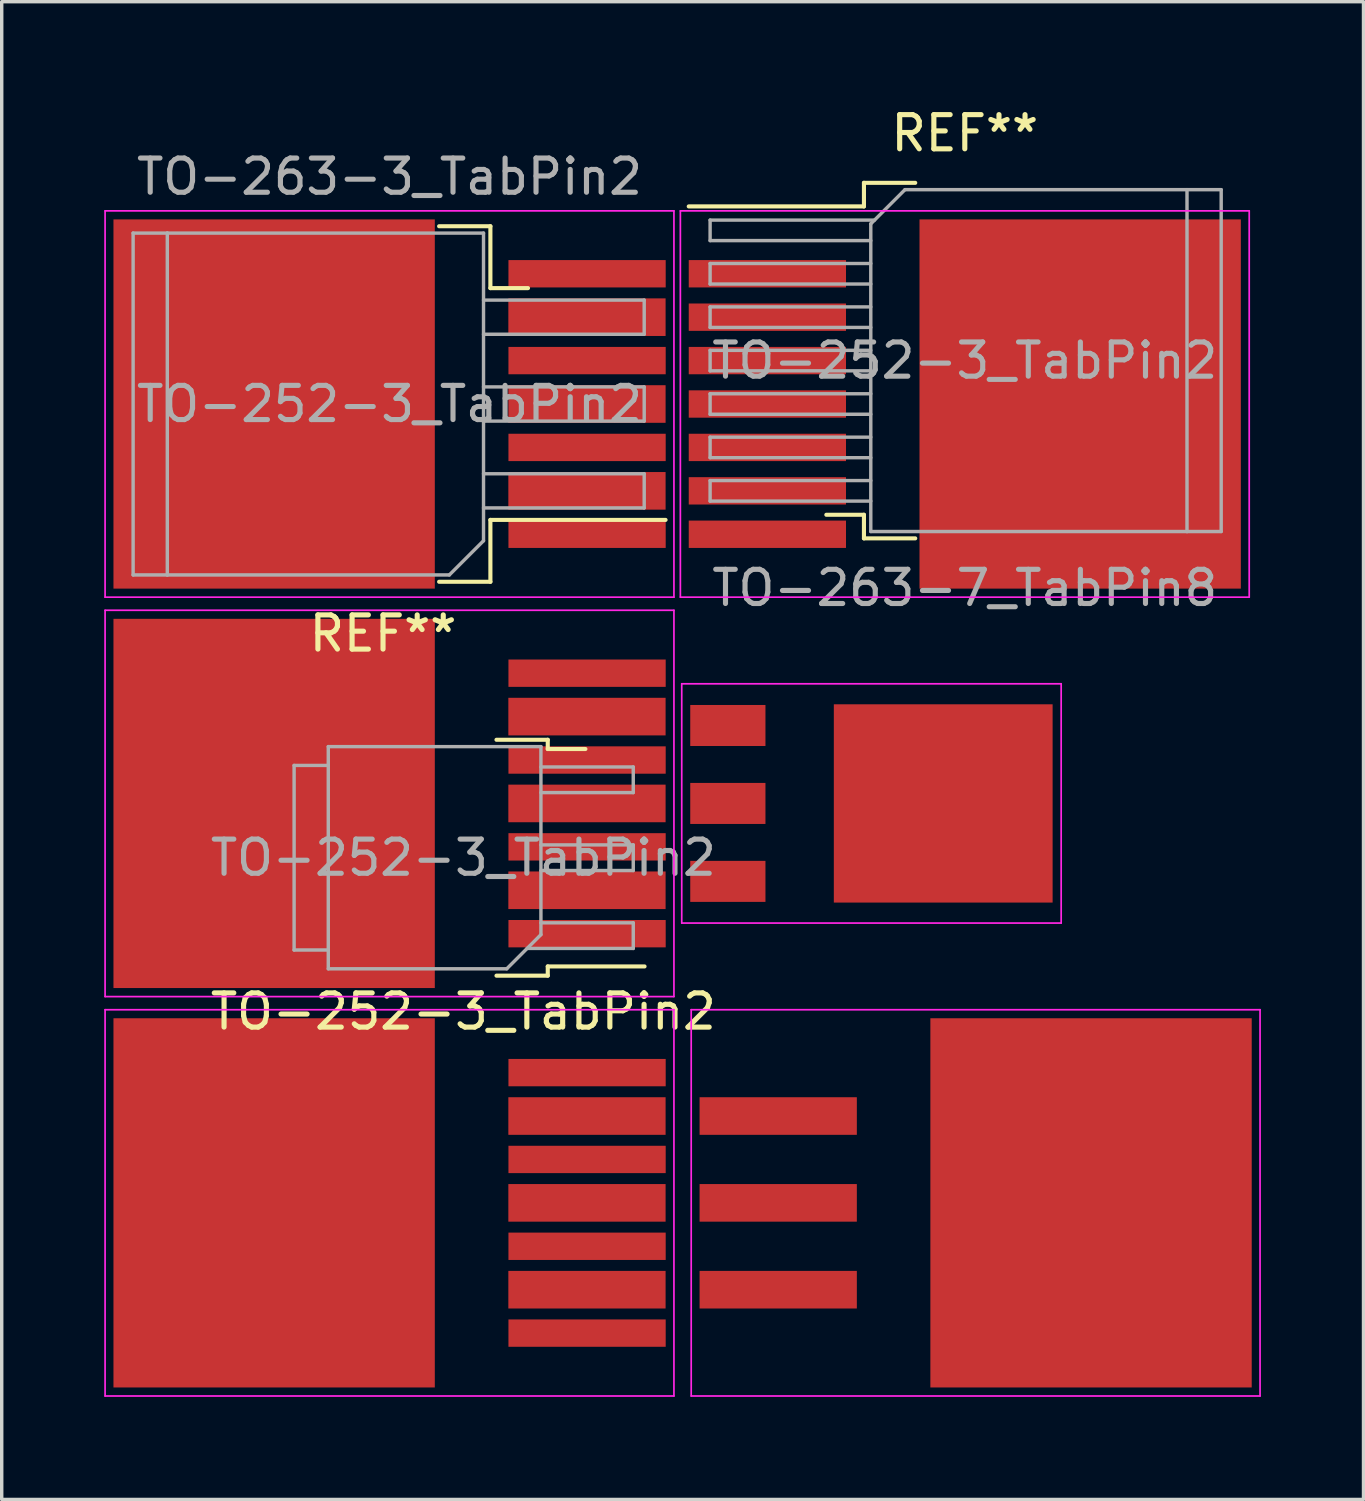
<source format=kicad_pcb>
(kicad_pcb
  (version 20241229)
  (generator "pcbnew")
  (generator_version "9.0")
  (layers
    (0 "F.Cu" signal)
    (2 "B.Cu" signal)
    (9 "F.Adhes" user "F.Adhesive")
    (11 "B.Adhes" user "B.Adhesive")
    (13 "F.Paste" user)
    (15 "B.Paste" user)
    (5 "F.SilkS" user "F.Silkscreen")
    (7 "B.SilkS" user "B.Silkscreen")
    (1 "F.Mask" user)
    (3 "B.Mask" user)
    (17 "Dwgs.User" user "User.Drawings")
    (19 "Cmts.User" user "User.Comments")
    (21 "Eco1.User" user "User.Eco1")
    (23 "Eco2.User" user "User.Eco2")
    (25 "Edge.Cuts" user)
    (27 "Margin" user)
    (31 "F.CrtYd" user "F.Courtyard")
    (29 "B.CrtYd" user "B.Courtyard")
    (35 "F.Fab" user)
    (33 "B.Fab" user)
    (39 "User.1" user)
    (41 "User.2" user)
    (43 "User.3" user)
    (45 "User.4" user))
  (footprint "TO-252-3_TabPin2"
    (layer "F.Cu")
    (at 22.759 9.022)
    (property "Reference" "TO-252-3_TabPin2" (at -12.255 17.517 180) (layer "F.SilkS") (effects (font (size 1 1) (thickness 0.15))))
    (attr smd)
    (fp_line (start -12.964 -5.454) (end -11.464 -5.454) (stroke (width 0.12) (type solid)) (layer "F.SilkS"))
    (fp_line (start -12.964 4.946) (end -11.464 4.946) (stroke (width 0.12) (type solid)) (layer "F.SilkS"))
    (fp_line (start -11.464 -5.454) (end -11.464 -3.644) (stroke (width 0.12) (type solid)) (layer "F.SilkS"))
    (fp_line (start -11.464 -3.644) (end -10.364 -3.644) (stroke (width 0.12) (type solid)) (layer "F.SilkS"))
    (fp_line (start -11.464 3.136) (end -6.34 3.136) (stroke (width 0.12) (type solid)) (layer "F.SilkS"))
    (fp_line (start -11.464 4.946) (end -11.464 3.136) (stroke (width 0.12) (type solid)) (layer "F.SilkS"))
    (fp_line (start -11.286 9.568) (end -9.786 9.568) (stroke (width 0.12) (type solid)) (layer "F.SilkS"))
    (fp_line (start -11.286 16.468) (end -9.786 16.468) (stroke (width 0.12) (type solid)) (layer "F.SilkS"))
    (fp_line (start -9.786 9.568) (end -9.786 9.838) (stroke (width 0.12) (type solid)) (layer "F.SilkS"))
    (fp_line (start -9.786 9.838) (end -8.685 9.838) (stroke (width 0.12) (type solid)) (layer "F.SilkS"))
    (fp_line (start -9.786 16.198) (end -6.955 16.198) (stroke (width 0.12) (type solid)) (layer "F.SilkS"))
    (fp_line (start -9.786 16.468) (end -9.786 16.198) (stroke (width 0.12) (type solid)) (layer "F.SilkS"))
    (fp_line (start -0.537 -6.724) (end -0.537 -6.034) (stroke (width 0.12) (type solid)) (layer "F.SilkS"))
    (fp_line (start -0.537 -6.034) (end -5.662 -6.034) (stroke (width 0.12) (type solid)) (layer "F.SilkS"))
    (fp_line (start -0.537 2.986) (end -1.637 2.986) (stroke (width 0.12) (type solid)) (layer "F.SilkS"))
    (fp_line (start -0.537 3.676) (end -0.537 2.986) (stroke (width 0.12) (type solid)) (layer "F.SilkS"))
    (fp_line (start 0.963 -6.724) (end -0.537 -6.724) (stroke (width 0.12) (type solid)) (layer "F.SilkS"))
    (fp_line (start 0.963 3.676) (end -0.537 3.676) (stroke (width 0.12) (type solid)) (layer "F.SilkS"))
    (fp_line (start -22.735 -5.904) (end -22.735 5.396) (stroke (width 0.05) (type solid)) (layer "F.CrtYd"))
    (fp_line (start -22.735 5.396) (end -6.095 5.396) (stroke (width 0.05) (type solid)) (layer "F.CrtYd"))
    (fp_line (start -22.735 5.78) (end -22.735 17.08) (stroke (width 0.05) (type solid)) (layer "F.CrtYd"))
    (fp_line (start -22.735 17.08) (end -6.095 17.08) (stroke (width 0.05) (type solid)) (layer "F.CrtYd"))
    (fp_line (start -22.735 17.464) (end -22.735 28.764) (stroke (width 0.05) (type solid)) (layer "F.CrtYd"))
    (fp_line (start -22.735 28.764) (end -6.095 28.764) (stroke (width 0.05) (type solid)) (layer "F.CrtYd"))
    (fp_line (start -6.095 -5.904) (end -22.735 -5.904) (stroke (width 0.05) (type solid)) (layer "F.CrtYd"))
    (fp_line (start -6.095 5.396) (end -6.095 -5.904) (stroke (width 0.05) (type solid)) (layer "F.CrtYd"))
    (fp_line (start -6.095 5.78) (end -22.735 5.78) (stroke (width 0.05) (type solid)) (layer "F.CrtYd"))
    (fp_line (start -6.095 17.08) (end -6.095 5.78) (stroke (width 0.05) (type solid)) (layer "F.CrtYd"))
    (fp_line (start -6.095 17.464) (end -22.735 17.464) (stroke (width 0.05) (type solid)) (layer "F.CrtYd"))
    (fp_line (start -6.095 28.764) (end -6.095 17.464) (stroke (width 0.05) (type solid)) (layer "F.CrtYd"))
    (fp_line (start -5.907 -5.904) (end -5.907 5.396) (stroke (width 0.05) (type solid)) (layer "F.CrtYd"))
    (fp_line (start -5.907 5.396) (end 10.733 5.396) (stroke (width 0.05) (type solid)) (layer "F.CrtYd"))
    (fp_line (start -5.867 7.93) (end -5.867 14.93) (stroke (width 0.05) (type solid)) (layer "F.CrtYd"))
    (fp_line (start -5.867 14.93) (end 5.232 14.93) (stroke (width 0.05) (type solid)) (layer "F.CrtYd"))
    (fp_line (start -5.59 17.464) (end -5.59 28.764) (stroke (width 0.05) (type solid)) (layer "F.CrtYd"))
    (fp_line (start -5.59 28.764) (end 11.05 28.764) (stroke (width 0.05) (type solid)) (layer "F.CrtYd"))
    (fp_line (start 5.232 7.93) (end -5.867 7.93) (stroke (width 0.05) (type solid)) (layer "F.CrtYd"))
    (fp_line (start 5.232 14.93) (end 5.232 7.93) (stroke (width 0.05) (type solid)) (layer "F.CrtYd"))
    (fp_line (start 10.733 -5.904) (end -5.907 -5.904) (stroke (width 0.05) (type solid)) (layer "F.CrtYd"))
    (fp_line (start 10.733 5.396) (end 10.733 -5.904) (stroke (width 0.05) (type solid)) (layer "F.CrtYd"))
    (fp_line (start 11.05 17.464) (end -5.59 17.464) (stroke (width 0.05) (type solid)) (layer "F.CrtYd"))
    (fp_line (start 11.05 28.764) (end 11.05 17.464) (stroke (width 0.05) (type solid)) (layer "F.CrtYd"))
    (fp_line (start -21.915 -5.254) (end -20.915 -5.254) (stroke (width 0.1) (type solid)) (layer "F.Fab"))
    (fp_line (start -21.915 4.746) (end -21.915 -5.254) (stroke (width 0.1) (type solid)) (layer "F.Fab"))
    (fp_line (start -20.915 -5.254) (end -11.665 -5.254) (stroke (width 0.1) (type solid)) (layer "F.Fab"))
    (fp_line (start -20.915 4.746) (end -21.915 4.746) (stroke (width 0.1) (type solid)) (layer "F.Fab"))
    (fp_line (start -20.915 4.746) (end -20.915 -5.254) (stroke (width 0.1) (type solid)) (layer "F.Fab"))
    (fp_line (start -17.206 10.318) (end -16.206 10.318) (stroke (width 0.1) (type solid)) (layer "F.Fab"))
    (fp_line (start -17.206 15.717) (end -17.206 10.318) (stroke (width 0.1) (type solid)) (layer "F.Fab"))
    (fp_line (start -16.206 9.768) (end -9.986 9.768) (stroke (width 0.1) (type solid)) (layer "F.Fab"))
    (fp_line (start -16.206 15.717) (end -17.206 15.717) (stroke (width 0.1) (type solid)) (layer "F.Fab"))
    (fp_line (start -16.206 16.267) (end -16.206 9.768) (stroke (width 0.1) (type solid)) (layer "F.Fab"))
    (fp_line (start -12.665 4.746) (end -20.915 4.746) (stroke (width 0.1) (type solid)) (layer "F.Fab"))
    (fp_line (start -11.665 -5.254) (end -11.665 3.746) (stroke (width 0.1) (type solid)) (layer "F.Fab"))
    (fp_line (start -11.665 -2.294) (end -6.965 -2.294) (stroke (width 0.1) (type solid)) (layer "F.Fab"))
    (fp_line (start -11.665 0.246) (end -6.965 0.246) (stroke (width 0.1) (type solid)) (layer "F.Fab"))
    (fp_line (start -11.665 2.786) (end -6.965 2.786) (stroke (width 0.1) (type solid)) (layer "F.Fab"))
    (fp_line (start -11.665 3.746) (end -12.665 4.746) (stroke (width 0.1) (type solid)) (layer "F.Fab"))
    (fp_line (start -10.986 16.267) (end -16.206 16.267) (stroke (width 0.1) (type solid)) (layer "F.Fab"))
    (fp_line (start -10.39 15.672) (end -7.285 15.672) (stroke (width 0.1) (type solid)) (layer "F.Fab"))
    (fp_line (start -9.986 9.768) (end -9.986 15.268) (stroke (width 0.1) (type solid)) (layer "F.Fab"))
    (fp_line (start -9.986 11.113) (end -7.285 11.113) (stroke (width 0.1) (type solid)) (layer "F.Fab"))
    (fp_line (start -9.986 13.393) (end -7.285 13.393) (stroke (width 0.1) (type solid)) (layer "F.Fab"))
    (fp_line (start -9.986 15.268) (end -10.986 16.267) (stroke (width 0.1) (type solid)) (layer "F.Fab"))
    (fp_line (start -7.285 10.363) (end -9.986 10.363) (stroke (width 0.1) (type solid)) (layer "F.Fab"))
    (fp_line (start -7.285 11.113) (end -7.285 10.363) (stroke (width 0.1) (type solid)) (layer "F.Fab"))
    (fp_line (start -7.285 12.643) (end -9.986 12.643) (stroke (width 0.1) (type solid)) (layer "F.Fab"))
    (fp_line (start -7.285 13.393) (end -7.285 12.643) (stroke (width 0.1) (type solid)) (layer "F.Fab"))
    (fp_line (start -7.285 14.922) (end -9.986 14.922) (stroke (width 0.1) (type solid)) (layer "F.Fab"))
    (fp_line (start -7.285 15.672) (end -7.285 14.922) (stroke (width 0.1) (type solid)) (layer "F.Fab"))
    (fp_line (start -6.965 -3.294) (end -11.665 -3.294) (stroke (width 0.1) (type solid)) (layer "F.Fab"))
    (fp_line (start -6.965 -2.294) (end -6.965 -3.294) (stroke (width 0.1) (type solid)) (layer "F.Fab"))
    (fp_line (start -6.965 -0.754) (end -11.665 -0.754) (stroke (width 0.1) (type solid)) (layer "F.Fab"))
    (fp_line (start -6.965 0.246) (end -6.965 -0.754) (stroke (width 0.1) (type solid)) (layer "F.Fab"))
    (fp_line (start -6.965 1.786) (end -11.665 1.786) (stroke (width 0.1) (type solid)) (layer "F.Fab"))
    (fp_line (start -6.965 2.786) (end -6.965 1.786) (stroke (width 0.1) (type solid)) (layer "F.Fab"))
    (fp_line (start -5.037 -5.634) (end -5.037 -5.034) (stroke (width 0.1) (type solid)) (layer "F.Fab"))
    (fp_line (start -5.037 -5.034) (end -0.337 -5.034) (stroke (width 0.1) (type solid)) (layer "F.Fab"))
    (fp_line (start -5.037 -4.364) (end -5.037 -3.764) (stroke (width 0.1) (type solid)) (layer "F.Fab"))
    (fp_line (start -5.037 -3.764) (end -0.337 -3.764) (stroke (width 0.1) (type solid)) (layer "F.Fab"))
    (fp_line (start -5.037 -3.094) (end -5.037 -2.494) (stroke (width 0.1) (type solid)) (layer "F.Fab"))
    (fp_line (start -5.037 -2.494) (end -0.337 -2.494) (stroke (width 0.1) (type solid)) (layer "F.Fab"))
    (fp_line (start -5.037 -1.824) (end -5.037 -1.224) (stroke (width 0.1) (type solid)) (layer "F.Fab"))
    (fp_line (start -5.037 -1.224) (end -0.337 -1.224) (stroke (width 0.1) (type solid)) (layer "F.Fab"))
    (fp_line (start -5.037 -0.554) (end -5.037 0.046) (stroke (width 0.1) (type solid)) (layer "F.Fab"))
    (fp_line (start -5.037 0.046) (end -0.337 0.046) (stroke (width 0.1) (type solid)) (layer "F.Fab"))
    (fp_line (start -5.037 0.716) (end -5.037 1.316) (stroke (width 0.1) (type solid)) (layer "F.Fab"))
    (fp_line (start -5.037 1.316) (end -0.337 1.316) (stroke (width 0.1) (type solid)) (layer "F.Fab"))
    (fp_line (start -5.037 1.986) (end -5.037 2.586) (stroke (width 0.1) (type solid)) (layer "F.Fab"))
    (fp_line (start -5.037 2.586) (end -0.337 2.586) (stroke (width 0.1) (type solid)) (layer "F.Fab"))
    (fp_line (start -0.337 -5.524) (end 0.663 -6.524) (stroke (width 0.1) (type solid)) (layer "F.Fab"))
    (fp_line (start -0.337 -4.364) (end -5.037 -4.364) (stroke (width 0.1) (type solid)) (layer "F.Fab"))
    (fp_line (start -0.337 -3.094) (end -5.037 -3.094) (stroke (width 0.1) (type solid)) (layer "F.Fab"))
    (fp_line (start -0.337 -1.824) (end -5.037 -1.824) (stroke (width 0.1) (type solid)) (layer "F.Fab"))
    (fp_line (start -0.337 -0.554) (end -5.037 -0.554) (stroke (width 0.1) (type solid)) (layer "F.Fab"))
    (fp_line (start -0.337 0.716) (end -5.037 0.716) (stroke (width 0.1) (type solid)) (layer "F.Fab"))
    (fp_line (start -0.337 1.986) (end -5.037 1.986) (stroke (width 0.1) (type solid)) (layer "F.Fab"))
    (fp_line (start -0.337 3.476) (end -0.337 -5.524) (stroke (width 0.1) (type solid)) (layer "F.Fab"))
    (fp_line (start -0.227 -5.634) (end -5.037 -5.634) (stroke (width 0.1) (type solid)) (layer "F.Fab"))
    (fp_line (start 0.663 -6.524) (end 8.913 -6.524) (stroke (width 0.1) (type solid)) (layer "F.Fab"))
    (fp_line (start 8.913 -6.524) (end 8.913 3.476) (stroke (width 0.1) (type solid)) (layer "F.Fab"))
    (fp_line (start 8.913 -6.524) (end 9.913 -6.524) (stroke (width 0.1) (type solid)) (layer "F.Fab"))
    (fp_line (start 8.913 3.476) (end -0.337 3.476) (stroke (width 0.1) (type solid)) (layer "F.Fab"))
    (fp_line (start 9.913 -6.524) (end 9.913 3.476) (stroke (width 0.1) (type solid)) (layer "F.Fab"))
    (fp_line (start 9.913 3.476) (end 8.913 3.476) (stroke (width 0.1) (type solid)) (layer "F.Fab"))
    (fp_text user "REF**" (at 2.413 -8.174 0) (layer "F.SilkS") (effects (font (size 1 1) (thickness 0.15))))
    (fp_text user "REF**" (at -14.605 6.46 180) (layer "F.SilkS") (effects (font (size 1 1) (thickness 0.15))))
    (fp_text user "${REFERENCE}" (at -14.415 -0.254 180) (layer "F.Fab") (effects (font (size 1 1) (thickness 0.15))))
    (fp_text user "${REFERENCE}" (at -12.255 13.018 180) (layer "F.Fab") (effects (font (size 1 1) (thickness 0.15))))
    (fp_text user "TO-263-7_TabPin8" (at 2.413 5.126 0) (layer "F.Fab") (effects (font (size 1 1) (thickness 0.15))))
    (fp_text user "TO-263-3_TabPin2" (at -14.415 -6.904 180) (layer "F.Fab") (effects (font (size 1 1) (thickness 0.15))))
    (fp_text user "${REFERENCE}" (at 2.413 -1.524 0) (layer "F.Fab") (effects (font (size 1 1) (thickness 0.15))))
    (pad "" smd rect (at -20.215 -3.029 180) (size 4.55 5.25) (layers "F.Paste"))
    (pad "" smd rect (at -20.215 2.521 180) (size 4.55 5.25) (layers "F.Paste"))
    (pad "" smd rect (at -20.215 8.655 180) (size 4.55 5.25) (layers "F.Paste"))
    (pad "" smd rect (at -20.215 14.205 180) (size 4.55 5.25) (layers "F.Paste"))
    (pad "" smd rect (at -20.215 20.339 180) (size 4.55 5.25) (layers "F.Paste"))
    (pad "" smd rect (at -20.215 25.889 180) (size 4.55 5.25) (layers "F.Paste"))
    (pad "" smd rect (at -15.364 -3.029 180) (size 4.55 5.25) (layers "F.Paste"))
    (pad "" smd rect (at -15.364 2.521 180) (size 4.55 5.25) (layers "F.Paste"))
    (pad "" smd rect (at -15.364 8.655 180) (size 4.55 5.25) (layers "F.Paste"))
    (pad "" smd rect (at -15.364 14.205 180) (size 4.55 5.25) (layers "F.Paste"))
    (pad "" smd rect (at -15.364 20.339 180) (size 4.55 5.25) (layers "F.Paste"))
    (pad "" smd rect (at -15.364 25.889 180) (size 4.55 5.25) (layers "F.Paste"))
    (pad "" smd rect (at -8.639 -0.254 180) (size 4.6 1.1) (layers "F.Cu" "F.Mask" "F.Paste"))
    (pad "" smd rect (at -8.639 2.286 180) (size 4.6 1.1) (layers "F.Cu" "F.Mask" "F.Paste"))
    (pad "" smd rect (at -8.639 11.43 180) (size 4.6 1.1) (layers "F.Cu" "F.Mask" "F.Paste"))
    (pad "" smd rect (at -8.639 13.97 180) (size 4.6 1.1) (layers "F.Cu" "F.Mask" "F.Paste"))
    (pad "" smd rect (at -8.639 23.114 180) (size 4.6 1.1) (layers "F.Cu" "F.Mask" "F.Paste"))
    (pad "" smd rect (at -8.639 25.654 180) (size 4.6 1.1) (layers "F.Cu" "F.Mask" "F.Paste"))
    (pad "" smd rect (at -8.636 -4.064) (size 4.6 0.8) (layers "F.Cu" "F.Mask" "F.Paste"))
    (pad "" smd rect (at -8.636 -1.524) (size 4.6 0.8) (layers "F.Cu" "F.Mask" "F.Paste"))
    (pad "" smd rect (at -8.636 1.016) (size 4.6 0.8) (layers "F.Cu" "F.Mask" "F.Paste"))
    (pad "" smd rect (at -8.636 7.62) (size 4.6 0.8) (layers "F.Cu" "F.Mask" "F.Paste"))
    (pad "" smd rect (at -8.636 10.16) (size 4.6 0.8) (layers "F.Cu" "F.Mask" "F.Paste"))
    (pad "" smd rect (at -8.636 12.7) (size 4.6 0.8) (layers "F.Cu" "F.Mask" "F.Paste"))
    (pad "" smd rect (at -8.636 19.304) (size 4.6 0.8) (layers "F.Cu" "F.Mask" "F.Paste"))
    (pad "" smd rect (at -8.636 21.844) (size 4.6 0.8) (layers "F.Cu" "F.Mask" "F.Paste"))
    (pad "" smd rect (at -8.636 24.384) (size 4.6 0.8) (layers "F.Cu" "F.Mask" "F.Paste"))
    (pad "" smd rect (at 0.107 9.905) (size 3.05 2.75) (layers "F.Paste"))
    (pad "" smd rect (at 0.107 12.955) (size 3.05 2.75) (layers "F.Paste"))
    (pad "" smd rect (at 3.363 -3.029) (size 4.55 5.25) (layers "F.Paste"))
    (pad "" smd rect (at 3.363 2.521) (size 4.55 5.25) (layers "F.Paste"))
    (pad "" smd rect (at 3.458 9.905) (size 3.05 2.75) (layers "F.Paste"))
    (pad "" smd rect (at 3.458 12.955) (size 3.05 2.75) (layers "F.Paste"))
    (pad "" smd rect (at 3.68 20.339) (size 4.55 5.25) (layers "F.Paste"))
    (pad "" smd rect (at 3.68 25.889) (size 4.55 5.25) (layers "F.Paste"))
    (pad "" smd rect (at 8.213 -3.029) (size 4.55 5.25) (layers "F.Paste"))
    (pad "" smd rect (at 8.213 2.521) (size 4.55 5.25) (layers "F.Paste"))
    (pad "" smd rect (at 8.53 20.339) (size 4.55 5.25) (layers "F.Paste"))
    (pad "" smd rect (at 8.53 25.889) (size 4.55 5.25) (layers "F.Paste"))
    (pad "1" smd rect (at -8.636 3.556) (size 4.6 0.8) (layers "F.Cu" "F.Mask" "F.Paste"))
    (pad "1" smd rect (at -8.636 15.24) (size 4.6 0.8) (layers "F.Cu" "F.Mask" "F.Paste"))
    (pad "1" smd rect (at -8.636 26.924) (size 4.6 0.8) (layers "F.Cu" "F.Mask" "F.Paste"))
    (pad "1" smd rect (at -4.518 9.15) (size 2.2 1.2) (layers "F.Cu" "F.Mask" "F.Paste"))
    (pad "1" smd rect (at -3.362 -4.064) (size 4.6 0.8) (layers "F.Cu" "F.Mask" "F.Paste"))
    (pad "1" smd rect (at -3.045 20.574) (size 4.6 1.1) (layers "F.Cu" "F.Mask" "F.Paste"))
    (pad "2" smd rect (at -17.79 -0.254 180) (size 9.4 10.8) (layers "F.Cu" "F.Mask"))
    (pad "2" smd rect (at -17.79 11.43 180) (size 9.4 10.8) (layers "F.Cu" "F.Mask"))
    (pad "2" smd rect (at -17.79 23.114 180) (size 9.4 10.8) (layers "F.Cu" "F.Mask"))
    (pad "2" smd rect (at -4.518 11.43) (size 2.2 1.2) (layers "F.Cu" "F.Mask" "F.Paste"))
    (pad "2" smd rect (at -3.362 -2.794) (size 4.6 0.8) (layers "F.Cu" "F.Mask" "F.Paste"))
    (pad "2" smd rect (at -3.045 23.114) (size 4.6 1.1) (layers "F.Cu" "F.Mask" "F.Paste"))
    (pad "2" smd rect (at 1.782 11.43) (size 6.4 5.8) (layers "F.Cu" "F.Mask"))
    (pad "2" smd rect (at 6.106 23.114) (size 9.4 10.8) (layers "F.Cu" "F.Mask"))
    (pad "3" smd rect (at -8.639 -2.794 180) (size 4.6 1.1) (layers "F.Cu" "F.Mask" "F.Paste"))
    (pad "3" smd rect (at -8.639 8.89 180) (size 4.6 1.1) (layers "F.Cu" "F.Mask" "F.Paste"))
    (pad "3" smd rect (at -8.639 20.574 180) (size 4.6 1.1) (layers "F.Cu" "F.Mask" "F.Paste"))
    (pad "3" smd rect (at -4.518 13.71) (size 2.2 1.2) (layers "F.Cu" "F.Mask" "F.Paste"))
    (pad "3" smd rect (at -3.362 -1.524) (size 4.6 0.8) (layers "F.Cu" "F.Mask" "F.Paste"))
    (pad "3" smd rect (at -3.045 25.654) (size 4.6 1.1) (layers "F.Cu" "F.Mask" "F.Paste"))
    (pad "4" smd rect (at -3.362 -0.254) (size 4.6 0.8) (layers "F.Cu" "F.Mask" "F.Paste"))
    (pad "5" smd rect (at -3.362 1.016) (size 4.6 0.8) (layers "F.Cu" "F.Mask" "F.Paste"))
    (pad "6" smd rect (at -3.362 2.286) (size 4.6 0.8) (layers "F.Cu" "F.Mask" "F.Paste"))
    (pad "7" smd rect (at -3.362 3.556) (size 4.6 0.8) (layers "F.Cu" "F.Mask" "F.Paste"))
    (pad "8" smd rect (at 5.788 -0.254) (size 9.4 10.8) (layers "F.Cu" "F.Mask")))
  (gr_rect
    (start -3 -3)
    (end 36.835 40.811)
    (stroke (width 0.1) (type default))
    (fill no)
    (layer "Edge.Cuts")))
</source>
